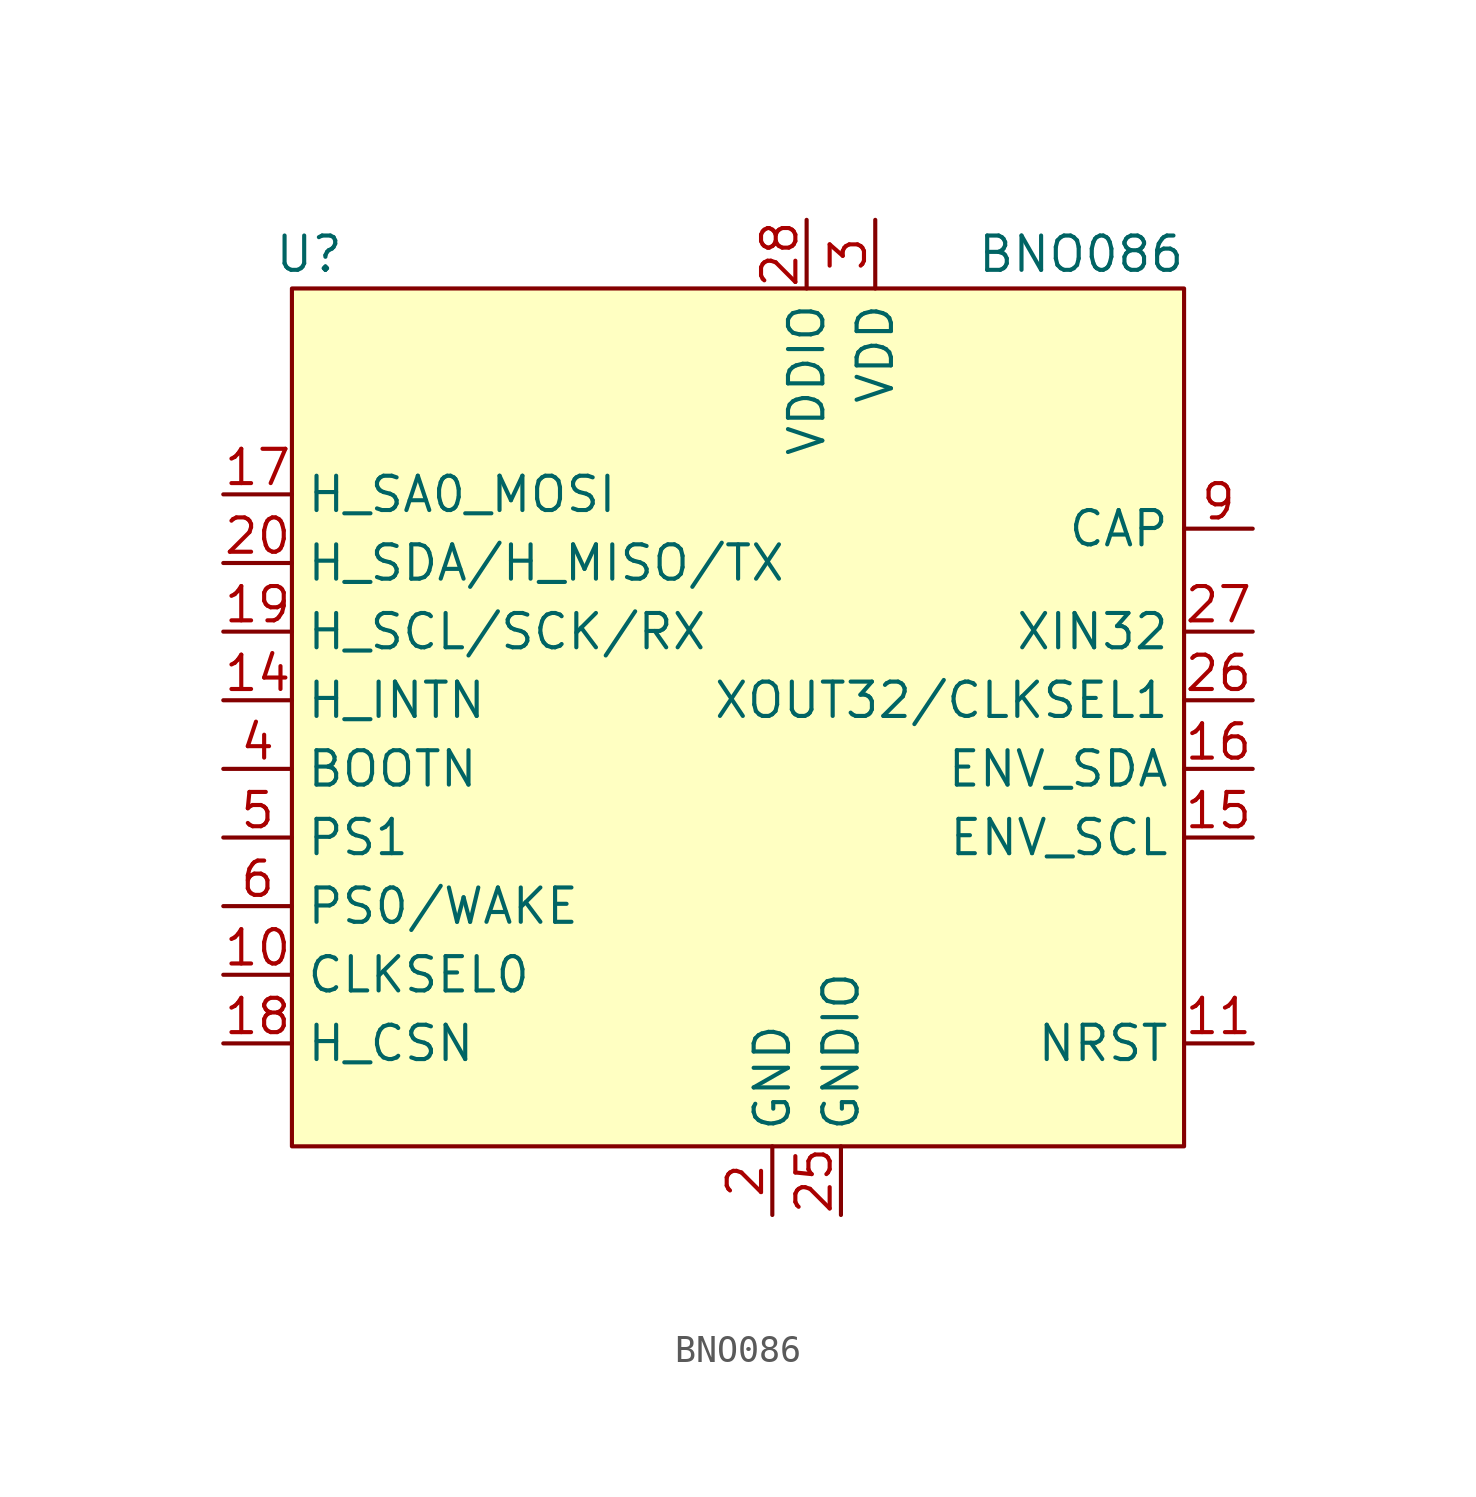
<source format=kicad_sym>
(kicad_symbol_lib
  (version 20211014)
  (generator kicad_symbol_editor)
  (symbol "BNO086"
    (property "Reference" "U"
      (at -14.605 15.875 0)
      (effects (font (size 1.27 1.27))))
    (property "Value" "BNO086"
      (at 13.97 15.875 0)
      (effects (font (size 1.27 1.27))))
    (symbol "BNO086_0_1"
      (rectangle (start -15.24 14.605) (end 17.78 -17.145) (stroke (width 0) (type default) (color 0 0 0 0)) (fill (type background))))
    (symbol "BNO086_1_1"
      (pin input line (at -17.78 -10.795 0) (length 2.54) (name "CLKSEL0" (effects (font (size 1.27 1.27)))) (number "10" (effects (font (size 1.27 1.27)))))
      (pin input line (at 20.32 -13.335 180) (length 2.54) (name "NRST" (effects (font (size 1.27 1.27)))) (number "11" (effects (font (size 1.27 1.27)))))
      (pin output line (at -17.78 -0.635 0) (length 2.54) (name "H_INTN" (effects (font (size 1.27 1.27)))) (number "14" (effects (font (size 1.27 1.27)))))
      (pin bidirectional line (at 20.32 -5.715 180) (length 2.54) (name "ENV_SCL" (effects (font (size 1.27 1.27)))) (number "15" (effects (font (size 1.27 1.27)))))
      (pin bidirectional line (at 20.32 -3.175 180) (length 2.54) (name "ENV_SDA" (effects (font (size 1.27 1.27)))) (number "16" (effects (font (size 1.27 1.27)))))
      (pin input line (at -17.78 6.985 0) (length 2.54) (name "H_SA0_MOSI" (effects (font (size 1.27 1.27)))) (number "17" (effects (font (size 1.27 1.27)))))
      (pin input line (at -17.78 -13.335 0) (length 2.54) (name "H_CSN" (effects (font (size 1.27 1.27)))) (number "18" (effects (font (size 1.27 1.27)))))
      (pin bidirectional line (at -17.78 1.905 0) (length 2.54) (name "H_SCL/SCK/RX" (effects (font (size 1.27 1.27)))) (number "19" (effects (font (size 1.27 1.27)))))
      (pin power_in line (at 2.54 -19.685 90) (length 2.54) (name "GND" (effects (font (size 1.27 1.27)))) (number "2" (effects (font (size 1.27 1.27)))))
      (pin bidirectional line (at -17.78 4.445 0) (length 2.54) (name "H_SDA/H_MISO/TX" (effects (font (size 1.27 1.27)))) (number "20" (effects (font (size 1.27 1.27)))))
      (pin power_in line (at 5.08 -19.685 90) (length 2.54) (name "GNDIO" (effects (font (size 1.27 1.27)))) (number "25" (effects (font (size 1.27 1.27)))))
      (pin output line (at 20.32 -0.635 180) (length 2.54) (name "XOUT32/CLKSEL1" (effects (font (size 1.27 1.27)))) (number "26" (effects (font (size 1.27 1.27)))))
      (pin input line (at 20.32 1.905 180) (length 2.54) (name "XIN32" (effects (font (size 1.27 1.27)))) (number "27" (effects (font (size 1.27 1.27)))))
      (pin power_in line (at 3.81 17.145 270) (length 2.54) (name "VDDIO" (effects (font (size 1.27 1.27)))) (number "28" (effects (font (size 1.27 1.27)))))
      (pin power_in line (at 6.35 17.145 270) (length 2.54) (name "VDD" (effects (font (size 1.27 1.27)))) (number "3" (effects (font (size 1.27 1.27)))))
      (pin input line (at -17.78 -3.175 0) (length 2.54) (name "BOOTN" (effects (font (size 1.27 1.27)))) (number "4" (effects (font (size 1.27 1.27)))))
      (pin input line (at -17.78 -5.715 0) (length 2.54) (name "PS1" (effects (font (size 1.27 1.27)))) (number "5" (effects (font (size 1.27 1.27)))))
      (pin input line (at -17.78 -8.255 0) (length 2.54) (name "PS0/WAKE" (effects (font (size 1.27 1.27)))) (number "6" (effects (font (size 1.27 1.27)))))
      (pin passive line (at 20.32 5.715 180) (length 2.54) (name "CAP" (effects (font (size 1.27 1.27)))) (number "9" (effects (font (size 1.27 1.27))))))))
</source>
